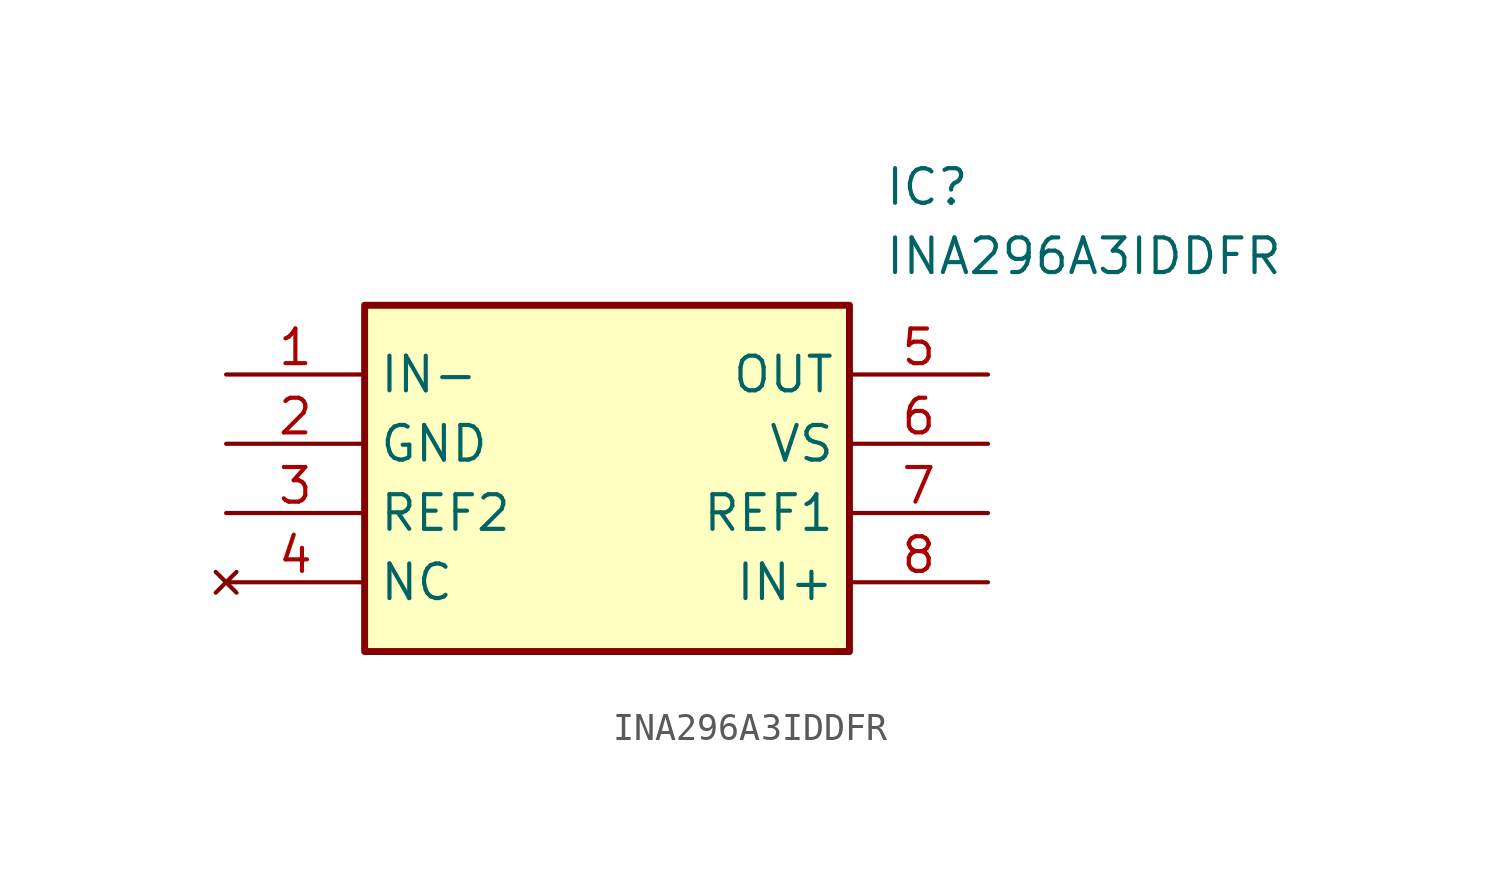
<source format=kicad_sym>
(kicad_symbol_lib
  (version 20211014)
  (generator SamacSys_ECAD_Model)
  (symbol "INA296A3IDDFR"
    (property "Reference" "IC"
      (at 24.13 7.62 0)
      (effects (font (size 1.27 1.27)) (justify left top)))
    (property "Value" "INA296A3IDDFR"
      (at 24.13 5.08 0)
      (effects (font (size 1.27 1.27)) (justify left top)))
    (rectangle
      (start 5.08 2.54)
      (end 22.86 -10.16)
      (stroke (width 0.254) (type default))
      (fill (type background)))
    (pin passive line
      (at 0 0 0)
      (length 5.08)
      (name "IN-" (effects (font (size 1.27 1.27))))
      (number "1" (effects (font (size 1.27 1.27)))))
    (pin passive line
      (at 0 -2.54 0)
      (length 5.08)
      (name "GND" (effects (font (size 1.27 1.27))))
      (number "2" (effects (font (size 1.27 1.27)))))
    (pin passive line
      (at 0 -5.08 0)
      (length 5.08)
      (name "REF2" (effects (font (size 1.27 1.27))))
      (number "3" (effects (font (size 1.27 1.27)))))
    (pin no_connect line
      (at 0 -7.62 0)
      (length 5.08)
      (name "NC" (effects (font (size 1.27 1.27))))
      (number "4" (effects (font (size 1.27 1.27)))))
    (pin passive line
      (at 27.94 0 180)
      (length 5.08)
      (name "OUT" (effects (font (size 1.27 1.27))))
      (number "5" (effects (font (size 1.27 1.27)))))
    (pin passive line
      (at 27.94 -2.54 180)
      (length 5.08)
      (name "VS" (effects (font (size 1.27 1.27))))
      (number "6" (effects (font (size 1.27 1.27)))))
    (pin passive line
      (at 27.94 -5.08 180)
      (length 5.08)
      (name "REF1" (effects (font (size 1.27 1.27))))
      (number "7" (effects (font (size 1.27 1.27)))))
    (pin passive line
      (at 27.94 -7.62 180)
      (length 5.08)
      (name "IN+" (effects (font (size 1.27 1.27))))
      (number "8" (effects (font (size 1.27 1.27)))))))
</source>
